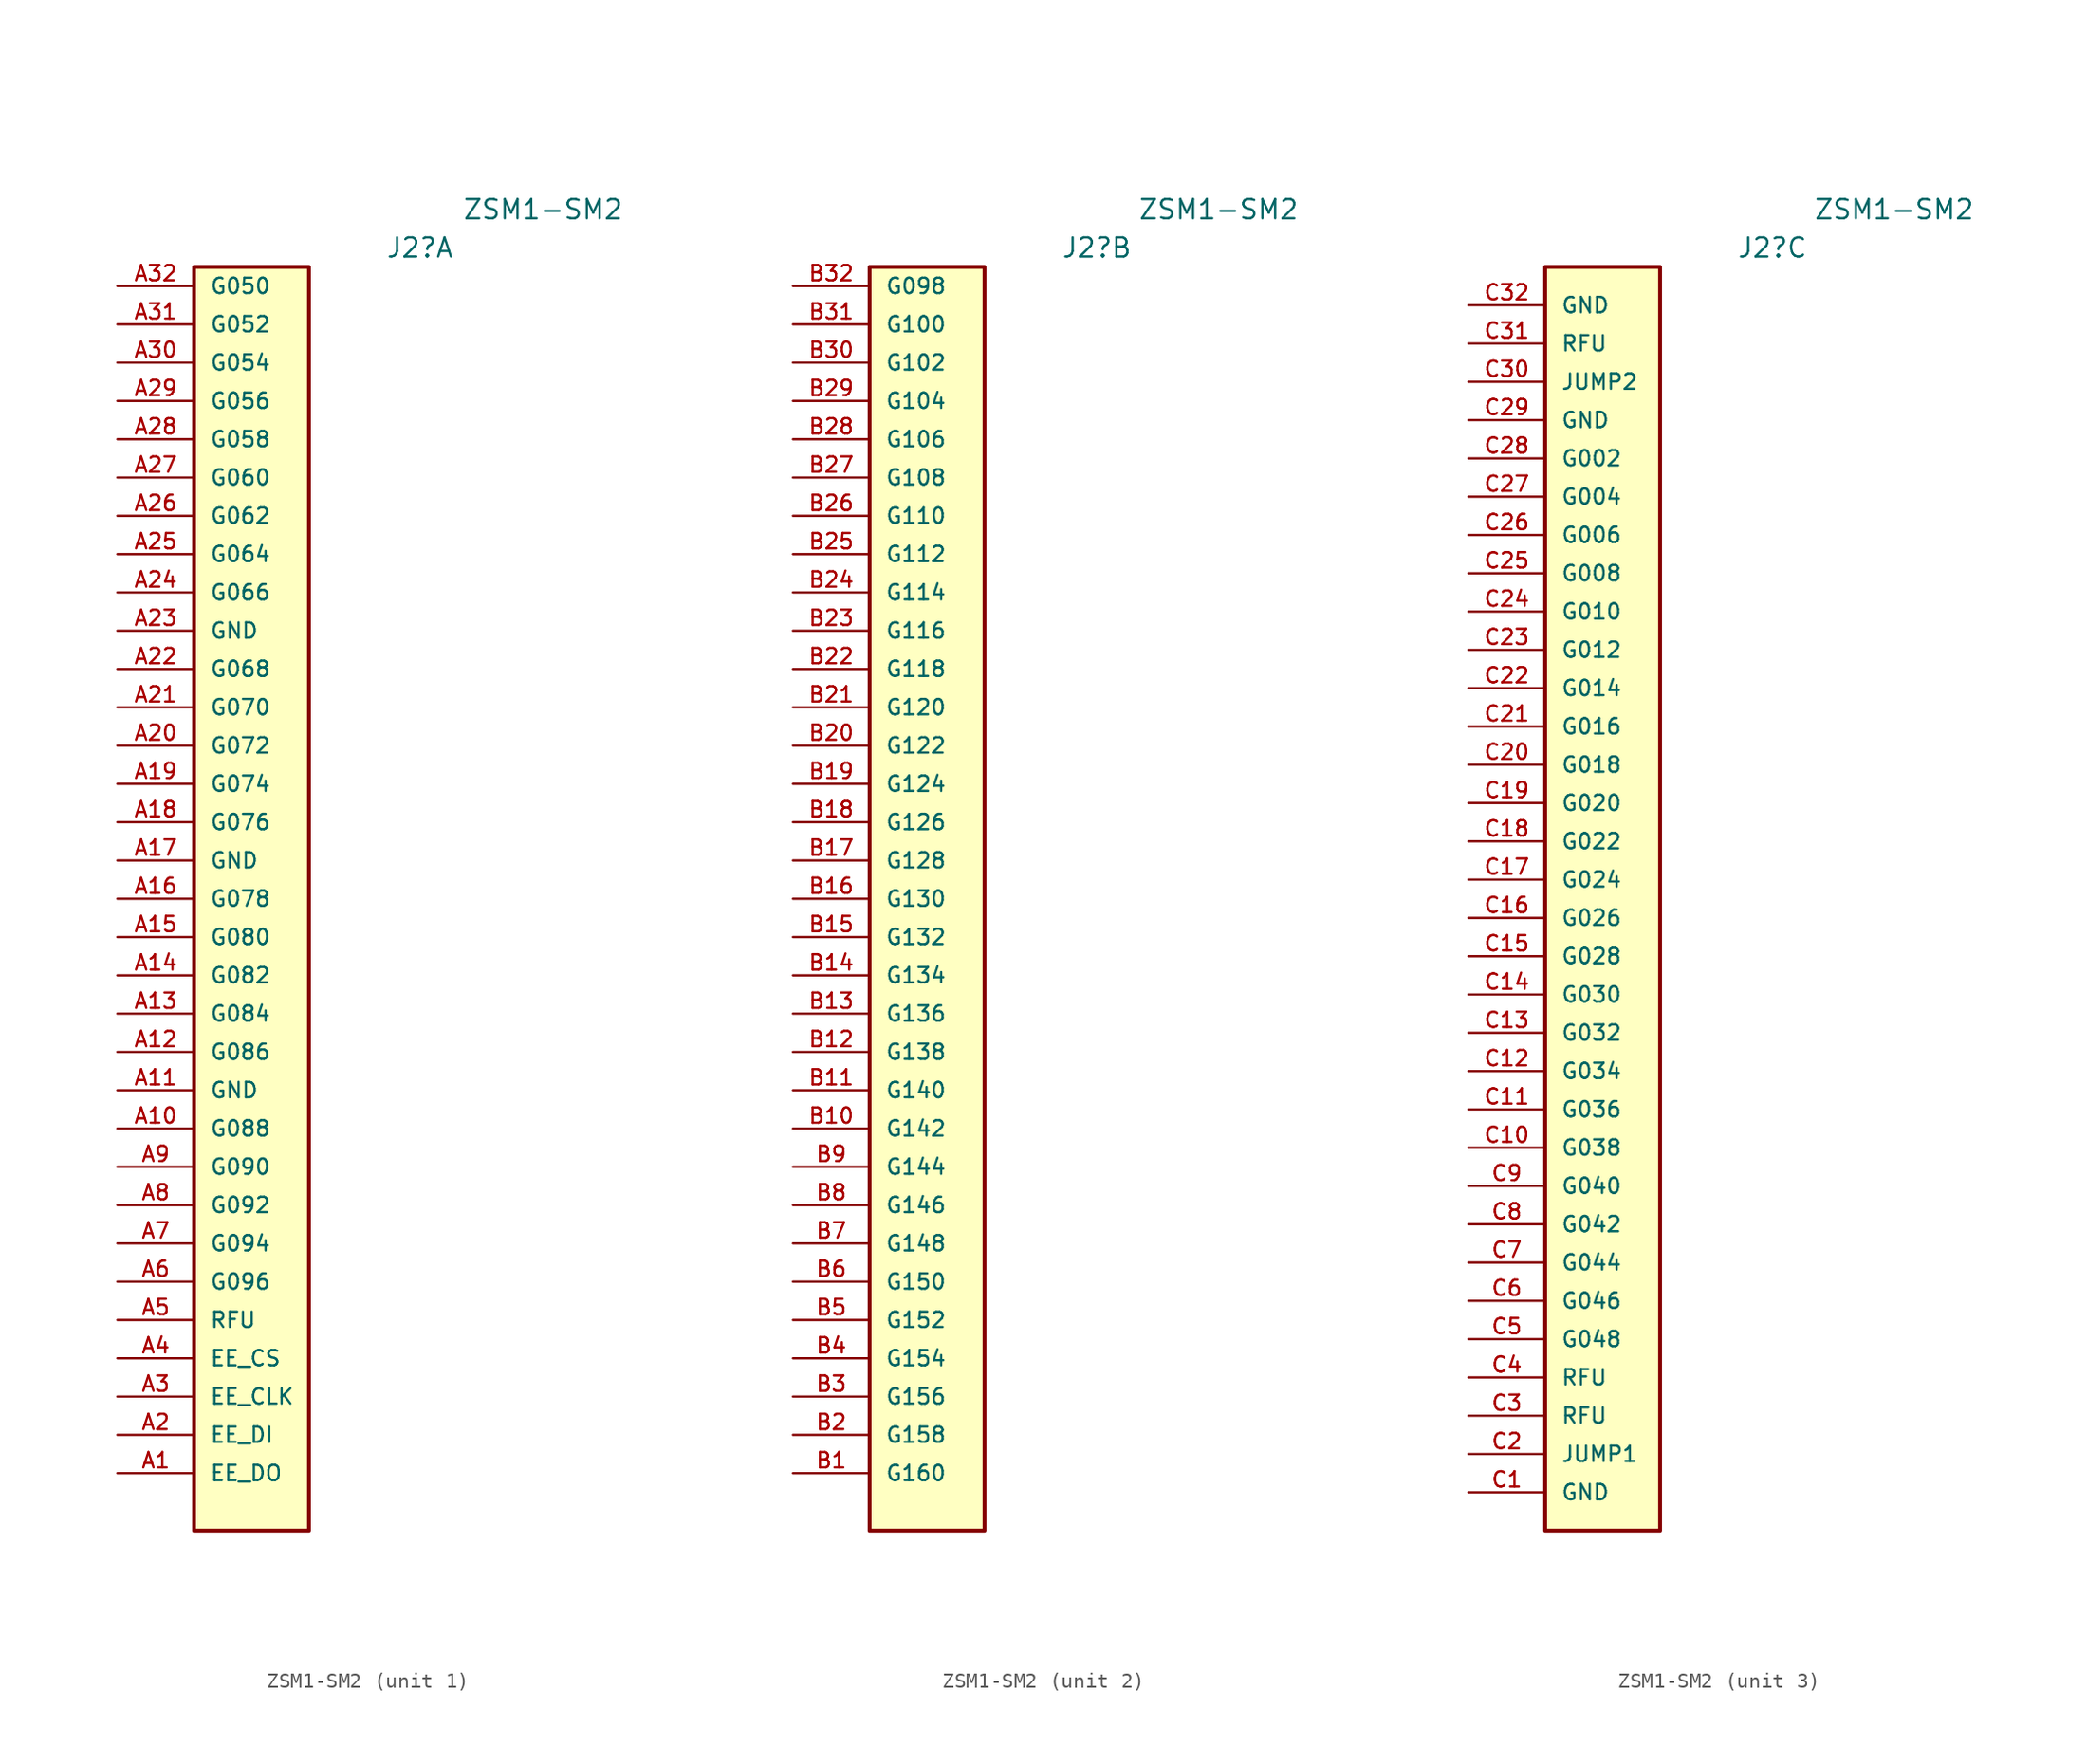
<source format=kicad_sym>
(kicad_symbol_lib
  (version 20211014)
  (generator kicad_symbol_editor)
  (symbol "ZSM1-SM2"
    (pin_names
      (offset 1.016))
    (property "Reference" "J2"
      (at 5.08 44.45 0)
      (effects (font (size 1.27 1.27)) (justify left)))
    (property "Value" "ZSM1-SM2"
      (at 10.16 46.99 0)
      (effects (font (size 1.27 1.27)) (justify left)))
    (property "ki_locked" ""
      (at 0 0 0)
      (effects (font (size 1.27 1.27))))
    (symbol "ZSM1-SM2_0_0"
      (rectangle (start 0 43.18) (end -7.62 -40.64) (stroke (width 0.254) (type default) (color 0 0 0 0)) (fill (type background))))
    (symbol "ZSM1-SM2_1_0"
      (pin passive line (at -12.7 -36.83 0) (length 5.08) (name "EE_DO" (effects (font (size 1.016 1.016)))) (number "A1" (effects (font (size 1.016 1.016)))))
      (pin passive line (at -12.7 -13.97 0) (length 5.08) (name "G088" (effects (font (size 1.016 1.016)))) (number "A10" (effects (font (size 1.016 1.016)))))
      (pin passive line (at -12.7 -11.43 0) (length 5.08) (name "GND" (effects (font (size 1.016 1.016)))) (number "A11" (effects (font (size 1.016 1.016)))))
      (pin passive line (at -12.7 -8.89 0) (length 5.08) (name "G086" (effects (font (size 1.016 1.016)))) (number "A12" (effects (font (size 1.016 1.016)))))
      (pin passive line (at -12.7 -6.35 0) (length 5.08) (name "G084" (effects (font (size 1.016 1.016)))) (number "A13" (effects (font (size 1.016 1.016)))))
      (pin passive line (at -12.7 -3.81 0) (length 5.08) (name "G082" (effects (font (size 1.016 1.016)))) (number "A14" (effects (font (size 1.016 1.016)))))
      (pin passive line (at -12.7 -1.27 0) (length 5.08) (name "G080" (effects (font (size 1.016 1.016)))) (number "A15" (effects (font (size 1.016 1.016)))))
      (pin passive line (at -12.7 1.27 0) (length 5.08) (name "G078" (effects (font (size 1.016 1.016)))) (number "A16" (effects (font (size 1.016 1.016)))))
      (pin passive line (at -12.7 3.81 0) (length 5.08) (name "GND" (effects (font (size 1.016 1.016)))) (number "A17" (effects (font (size 1.016 1.016)))))
      (pin passive line (at -12.7 6.35 0) (length 5.08) (name "G076" (effects (font (size 1.016 1.016)))) (number "A18" (effects (font (size 1.016 1.016)))))
      (pin passive line (at -12.7 8.89 0) (length 5.08) (name "G074" (effects (font (size 1.016 1.016)))) (number "A19" (effects (font (size 1.016 1.016)))))
      (pin passive line (at -12.7 -34.29 0) (length 5.08) (name "EE_DI" (effects (font (size 1.016 1.016)))) (number "A2" (effects (font (size 1.016 1.016)))))
      (pin passive line (at -12.7 11.43 0) (length 5.08) (name "G072" (effects (font (size 1.016 1.016)))) (number "A20" (effects (font (size 1.016 1.016)))))
      (pin passive line (at -12.7 13.97 0) (length 5.08) (name "G070" (effects (font (size 1.016 1.016)))) (number "A21" (effects (font (size 1.016 1.016)))))
      (pin passive line (at -12.7 16.51 0) (length 5.08) (name "G068" (effects (font (size 1.016 1.016)))) (number "A22" (effects (font (size 1.016 1.016)))))
      (pin passive line (at -12.7 19.05 0) (length 5.08) (name "GND" (effects (font (size 1.016 1.016)))) (number "A23" (effects (font (size 1.016 1.016)))))
      (pin passive line (at -12.7 21.59 0) (length 5.08) (name "G066" (effects (font (size 1.016 1.016)))) (number "A24" (effects (font (size 1.016 1.016)))))
      (pin passive line (at -12.7 24.13 0) (length 5.08) (name "G064" (effects (font (size 1.016 1.016)))) (number "A25" (effects (font (size 1.016 1.016)))))
      (pin passive line (at -12.7 26.67 0) (length 5.08) (name "G062" (effects (font (size 1.016 1.016)))) (number "A26" (effects (font (size 1.016 1.016)))))
      (pin passive line (at -12.7 29.21 0) (length 5.08) (name "G060" (effects (font (size 1.016 1.016)))) (number "A27" (effects (font (size 1.016 1.016)))))
      (pin passive line (at -12.7 31.75 0) (length 5.08) (name "G058" (effects (font (size 1.016 1.016)))) (number "A28" (effects (font (size 1.016 1.016)))))
      (pin passive line (at -12.7 34.29 0) (length 5.08) (name "G056" (effects (font (size 1.016 1.016)))) (number "A29" (effects (font (size 1.016 1.016)))))
      (pin passive line (at -12.7 -31.75 0) (length 5.08) (name "EE_CLK" (effects (font (size 1.016 1.016)))) (number "A3" (effects (font (size 1.016 1.016)))))
      (pin passive line (at -12.7 36.83 0) (length 5.08) (name "G054" (effects (font (size 1.016 1.016)))) (number "A30" (effects (font (size 1.016 1.016)))))
      (pin passive line (at -12.7 39.37 0) (length 5.08) (name "G052" (effects (font (size 1.016 1.016)))) (number "A31" (effects (font (size 1.016 1.016)))))
      (pin passive line (at -12.7 41.91 0) (length 5.08) (name "G050" (effects (font (size 1.016 1.016)))) (number "A32" (effects (font (size 1.016 1.016)))))
      (pin passive line (at -12.7 -29.21 0) (length 5.08) (name "EE_CS" (effects (font (size 1.016 1.016)))) (number "A4" (effects (font (size 1.016 1.016)))))
      (pin passive line (at -12.7 -26.67 0) (length 5.08) (name "RFU" (effects (font (size 1.016 1.016)))) (number "A5" (effects (font (size 1.016 1.016)))))
      (pin passive line (at -12.7 -24.13 0) (length 5.08) (name "G096" (effects (font (size 1.016 1.016)))) (number "A6" (effects (font (size 1.016 1.016)))))
      (pin passive line (at -12.7 -21.59 0) (length 5.08) (name "G094" (effects (font (size 1.016 1.016)))) (number "A7" (effects (font (size 1.016 1.016)))))
      (pin passive line (at -12.7 -19.05 0) (length 5.08) (name "G092" (effects (font (size 1.016 1.016)))) (number "A8" (effects (font (size 1.016 1.016)))))
      (pin passive line (at -12.7 -16.51 0) (length 5.08) (name "G090" (effects (font (size 1.016 1.016)))) (number "A9" (effects (font (size 1.016 1.016))))))
    (symbol "ZSM1-SM2_2_0"
      (pin passive line (at -12.7 -36.83 0) (length 5.08) (name "G160" (effects (font (size 1.016 1.016)))) (number "B1" (effects (font (size 1.016 1.016)))))
      (pin passive line (at -12.7 -13.97 0) (length 5.08) (name "G142" (effects (font (size 1.016 1.016)))) (number "B10" (effects (font (size 1.016 1.016)))))
      (pin passive line (at -12.7 -11.43 0) (length 5.08) (name "G140" (effects (font (size 1.016 1.016)))) (number "B11" (effects (font (size 1.016 1.016)))))
      (pin passive line (at -12.7 -8.89 0) (length 5.08) (name "G138" (effects (font (size 1.016 1.016)))) (number "B12" (effects (font (size 1.016 1.016)))))
      (pin passive line (at -12.7 -6.35 0) (length 5.08) (name "G136" (effects (font (size 1.016 1.016)))) (number "B13" (effects (font (size 1.016 1.016)))))
      (pin passive line (at -12.7 -3.81 0) (length 5.08) (name "G134" (effects (font (size 1.016 1.016)))) (number "B14" (effects (font (size 1.016 1.016)))))
      (pin passive line (at -12.7 -1.27 0) (length 5.08) (name "G132" (effects (font (size 1.016 1.016)))) (number "B15" (effects (font (size 1.016 1.016)))))
      (pin passive line (at -12.7 1.27 0) (length 5.08) (name "G130" (effects (font (size 1.016 1.016)))) (number "B16" (effects (font (size 1.016 1.016)))))
      (pin passive line (at -12.7 3.81 0) (length 5.08) (name "G128" (effects (font (size 1.016 1.016)))) (number "B17" (effects (font (size 1.016 1.016)))))
      (pin passive line (at -12.7 6.35 0) (length 5.08) (name "G126" (effects (font (size 1.016 1.016)))) (number "B18" (effects (font (size 1.016 1.016)))))
      (pin passive line (at -12.7 8.89 0) (length 5.08) (name "G124" (effects (font (size 1.016 1.016)))) (number "B19" (effects (font (size 1.016 1.016)))))
      (pin passive line (at -12.7 -34.29 0) (length 5.08) (name "G158" (effects (font (size 1.016 1.016)))) (number "B2" (effects (font (size 1.016 1.016)))))
      (pin passive line (at -12.7 11.43 0) (length 5.08) (name "G122" (effects (font (size 1.016 1.016)))) (number "B20" (effects (font (size 1.016 1.016)))))
      (pin passive line (at -12.7 13.97 0) (length 5.08) (name "G120" (effects (font (size 1.016 1.016)))) (number "B21" (effects (font (size 1.016 1.016)))))
      (pin passive line (at -12.7 16.51 0) (length 5.08) (name "G118" (effects (font (size 1.016 1.016)))) (number "B22" (effects (font (size 1.016 1.016)))))
      (pin passive line (at -12.7 19.05 0) (length 5.08) (name "G116" (effects (font (size 1.016 1.016)))) (number "B23" (effects (font (size 1.016 1.016)))))
      (pin passive line (at -12.7 21.59 0) (length 5.08) (name "G114" (effects (font (size 1.016 1.016)))) (number "B24" (effects (font (size 1.016 1.016)))))
      (pin passive line (at -12.7 24.13 0) (length 5.08) (name "G112" (effects (font (size 1.016 1.016)))) (number "B25" (effects (font (size 1.016 1.016)))))
      (pin passive line (at -12.7 26.67 0) (length 5.08) (name "G110" (effects (font (size 1.016 1.016)))) (number "B26" (effects (font (size 1.016 1.016)))))
      (pin passive line (at -12.7 29.21 0) (length 5.08) (name "G108" (effects (font (size 1.016 1.016)))) (number "B27" (effects (font (size 1.016 1.016)))))
      (pin passive line (at -12.7 31.75 0) (length 5.08) (name "G106" (effects (font (size 1.016 1.016)))) (number "B28" (effects (font (size 1.016 1.016)))))
      (pin passive line (at -12.7 34.29 0) (length 5.08) (name "G104" (effects (font (size 1.016 1.016)))) (number "B29" (effects (font (size 1.016 1.016)))))
      (pin passive line (at -12.7 -31.75 0) (length 5.08) (name "G156" (effects (font (size 1.016 1.016)))) (number "B3" (effects (font (size 1.016 1.016)))))
      (pin passive line (at -12.7 36.83 0) (length 5.08) (name "G102" (effects (font (size 1.016 1.016)))) (number "B30" (effects (font (size 1.016 1.016)))))
      (pin passive line (at -12.7 39.37 0) (length 5.08) (name "G100" (effects (font (size 1.016 1.016)))) (number "B31" (effects (font (size 1.016 1.016)))))
      (pin passive line (at -12.7 41.91 0) (length 5.08) (name "G098" (effects (font (size 1.016 1.016)))) (number "B32" (effects (font (size 1.016 1.016)))))
      (pin passive line (at -12.7 -29.21 0) (length 5.08) (name "G154" (effects (font (size 1.016 1.016)))) (number "B4" (effects (font (size 1.016 1.016)))))
      (pin passive line (at -12.7 -26.67 0) (length 5.08) (name "G152" (effects (font (size 1.016 1.016)))) (number "B5" (effects (font (size 1.016 1.016)))))
      (pin passive line (at -12.7 -24.13 0) (length 5.08) (name "G150" (effects (font (size 1.016 1.016)))) (number "B6" (effects (font (size 1.016 1.016)))))
      (pin passive line (at -12.7 -21.59 0) (length 5.08) (name "G148" (effects (font (size 1.016 1.016)))) (number "B7" (effects (font (size 1.016 1.016)))))
      (pin passive line (at -12.7 -19.05 0) (length 5.08) (name "G146" (effects (font (size 1.016 1.016)))) (number "B8" (effects (font (size 1.016 1.016)))))
      (pin passive line (at -12.7 -16.51 0) (length 5.08) (name "G144" (effects (font (size 1.016 1.016)))) (number "B9" (effects (font (size 1.016 1.016))))))
    (symbol "ZSM1-SM2_3_0"
      (pin passive line (at -12.7 -38.1 0) (length 5.08) (name "GND" (effects (font (size 1.016 1.016)))) (number "C1" (effects (font (size 1.016 1.016)))))
      (pin passive line (at -12.7 -15.24 0) (length 5.08) (name "G038" (effects (font (size 1.016 1.016)))) (number "C10" (effects (font (size 1.016 1.016)))))
      (pin passive line (at -12.7 -12.7 0) (length 5.08) (name "G036" (effects (font (size 1.016 1.016)))) (number "C11" (effects (font (size 1.016 1.016)))))
      (pin passive line (at -12.7 -10.16 0) (length 5.08) (name "G034" (effects (font (size 1.016 1.016)))) (number "C12" (effects (font (size 1.016 1.016)))))
      (pin passive line (at -12.7 -7.62 0) (length 5.08) (name "G032" (effects (font (size 1.016 1.016)))) (number "C13" (effects (font (size 1.016 1.016)))))
      (pin passive line (at -12.7 -5.08 0) (length 5.08) (name "G030" (effects (font (size 1.016 1.016)))) (number "C14" (effects (font (size 1.016 1.016)))))
      (pin passive line (at -12.7 -2.54 0) (length 5.08) (name "G028" (effects (font (size 1.016 1.016)))) (number "C15" (effects (font (size 1.016 1.016)))))
      (pin passive line (at -12.7 0 0) (length 5.08) (name "G026" (effects (font (size 1.016 1.016)))) (number "C16" (effects (font (size 1.016 1.016)))))
      (pin passive line (at -12.7 2.54 0) (length 5.08) (name "G024" (effects (font (size 1.016 1.016)))) (number "C17" (effects (font (size 1.016 1.016)))))
      (pin passive line (at -12.7 5.08 0) (length 5.08) (name "G022" (effects (font (size 1.016 1.016)))) (number "C18" (effects (font (size 1.016 1.016)))))
      (pin passive line (at -12.7 7.62 0) (length 5.08) (name "G020" (effects (font (size 1.016 1.016)))) (number "C19" (effects (font (size 1.016 1.016)))))
      (pin passive line (at -12.7 -35.56 0) (length 5.08) (name "JUMP1" (effects (font (size 1.016 1.016)))) (number "C2" (effects (font (size 1.016 1.016)))))
      (pin passive line (at -12.7 10.16 0) (length 5.08) (name "G018" (effects (font (size 1.016 1.016)))) (number "C20" (effects (font (size 1.016 1.016)))))
      (pin passive line (at -12.7 12.7 0) (length 5.08) (name "G016" (effects (font (size 1.016 1.016)))) (number "C21" (effects (font (size 1.016 1.016)))))
      (pin passive line (at -12.7 15.24 0) (length 5.08) (name "G014" (effects (font (size 1.016 1.016)))) (number "C22" (effects (font (size 1.016 1.016)))))
      (pin passive line (at -12.7 17.78 0) (length 5.08) (name "G012" (effects (font (size 1.016 1.016)))) (number "C23" (effects (font (size 1.016 1.016)))))
      (pin passive line (at -12.7 20.32 0) (length 5.08) (name "G010" (effects (font (size 1.016 1.016)))) (number "C24" (effects (font (size 1.016 1.016)))))
      (pin passive line (at -12.7 22.86 0) (length 5.08) (name "G008" (effects (font (size 1.016 1.016)))) (number "C25" (effects (font (size 1.016 1.016)))))
      (pin passive line (at -12.7 25.4 0) (length 5.08) (name "G006" (effects (font (size 1.016 1.016)))) (number "C26" (effects (font (size 1.016 1.016)))))
      (pin passive line (at -12.7 27.94 0) (length 5.08) (name "G004" (effects (font (size 1.016 1.016)))) (number "C27" (effects (font (size 1.016 1.016)))))
      (pin passive line (at -12.7 30.48 0) (length 5.08) (name "G002" (effects (font (size 1.016 1.016)))) (number "C28" (effects (font (size 1.016 1.016)))))
      (pin passive line (at -12.7 33.02 0) (length 5.08) (name "GND" (effects (font (size 1.016 1.016)))) (number "C29" (effects (font (size 1.016 1.016)))))
      (pin passive line (at -12.7 -33.02 0) (length 5.08) (name "RFU" (effects (font (size 1.016 1.016)))) (number "C3" (effects (font (size 1.016 1.016)))))
      (pin passive line (at -12.7 35.56 0) (length 5.08) (name "JUMP2" (effects (font (size 1.016 1.016)))) (number "C30" (effects (font (size 1.016 1.016)))))
      (pin passive line (at -12.7 38.1 0) (length 5.08) (name "RFU" (effects (font (size 1.016 1.016)))) (number "C31" (effects (font (size 1.016 1.016)))))
      (pin passive line (at -12.7 40.64 0) (length 5.08) (name "GND" (effects (font (size 1.016 1.016)))) (number "C32" (effects (font (size 1.016 1.016)))))
      (pin passive line (at -12.7 -30.48 0) (length 5.08) (name "RFU" (effects (font (size 1.016 1.016)))) (number "C4" (effects (font (size 1.016 1.016)))))
      (pin passive line (at -12.7 -27.94 0) (length 5.08) (name "G048" (effects (font (size 1.016 1.016)))) (number "C5" (effects (font (size 1.016 1.016)))))
      (pin passive line (at -12.7 -25.4 0) (length 5.08) (name "G046" (effects (font (size 1.016 1.016)))) (number "C6" (effects (font (size 1.016 1.016)))))
      (pin passive line (at -12.7 -22.86 0) (length 5.08) (name "G044" (effects (font (size 1.016 1.016)))) (number "C7" (effects (font (size 1.016 1.016)))))
      (pin passive line (at -12.7 -20.32 0) (length 5.08) (name "G042" (effects (font (size 1.016 1.016)))) (number "C8" (effects (font (size 1.016 1.016)))))
      (pin passive line (at -12.7 -17.78 0) (length 5.08) (name "G040" (effects (font (size 1.016 1.016)))) (number "C9" (effects (font (size 1.016 1.016))))))))
</source>
